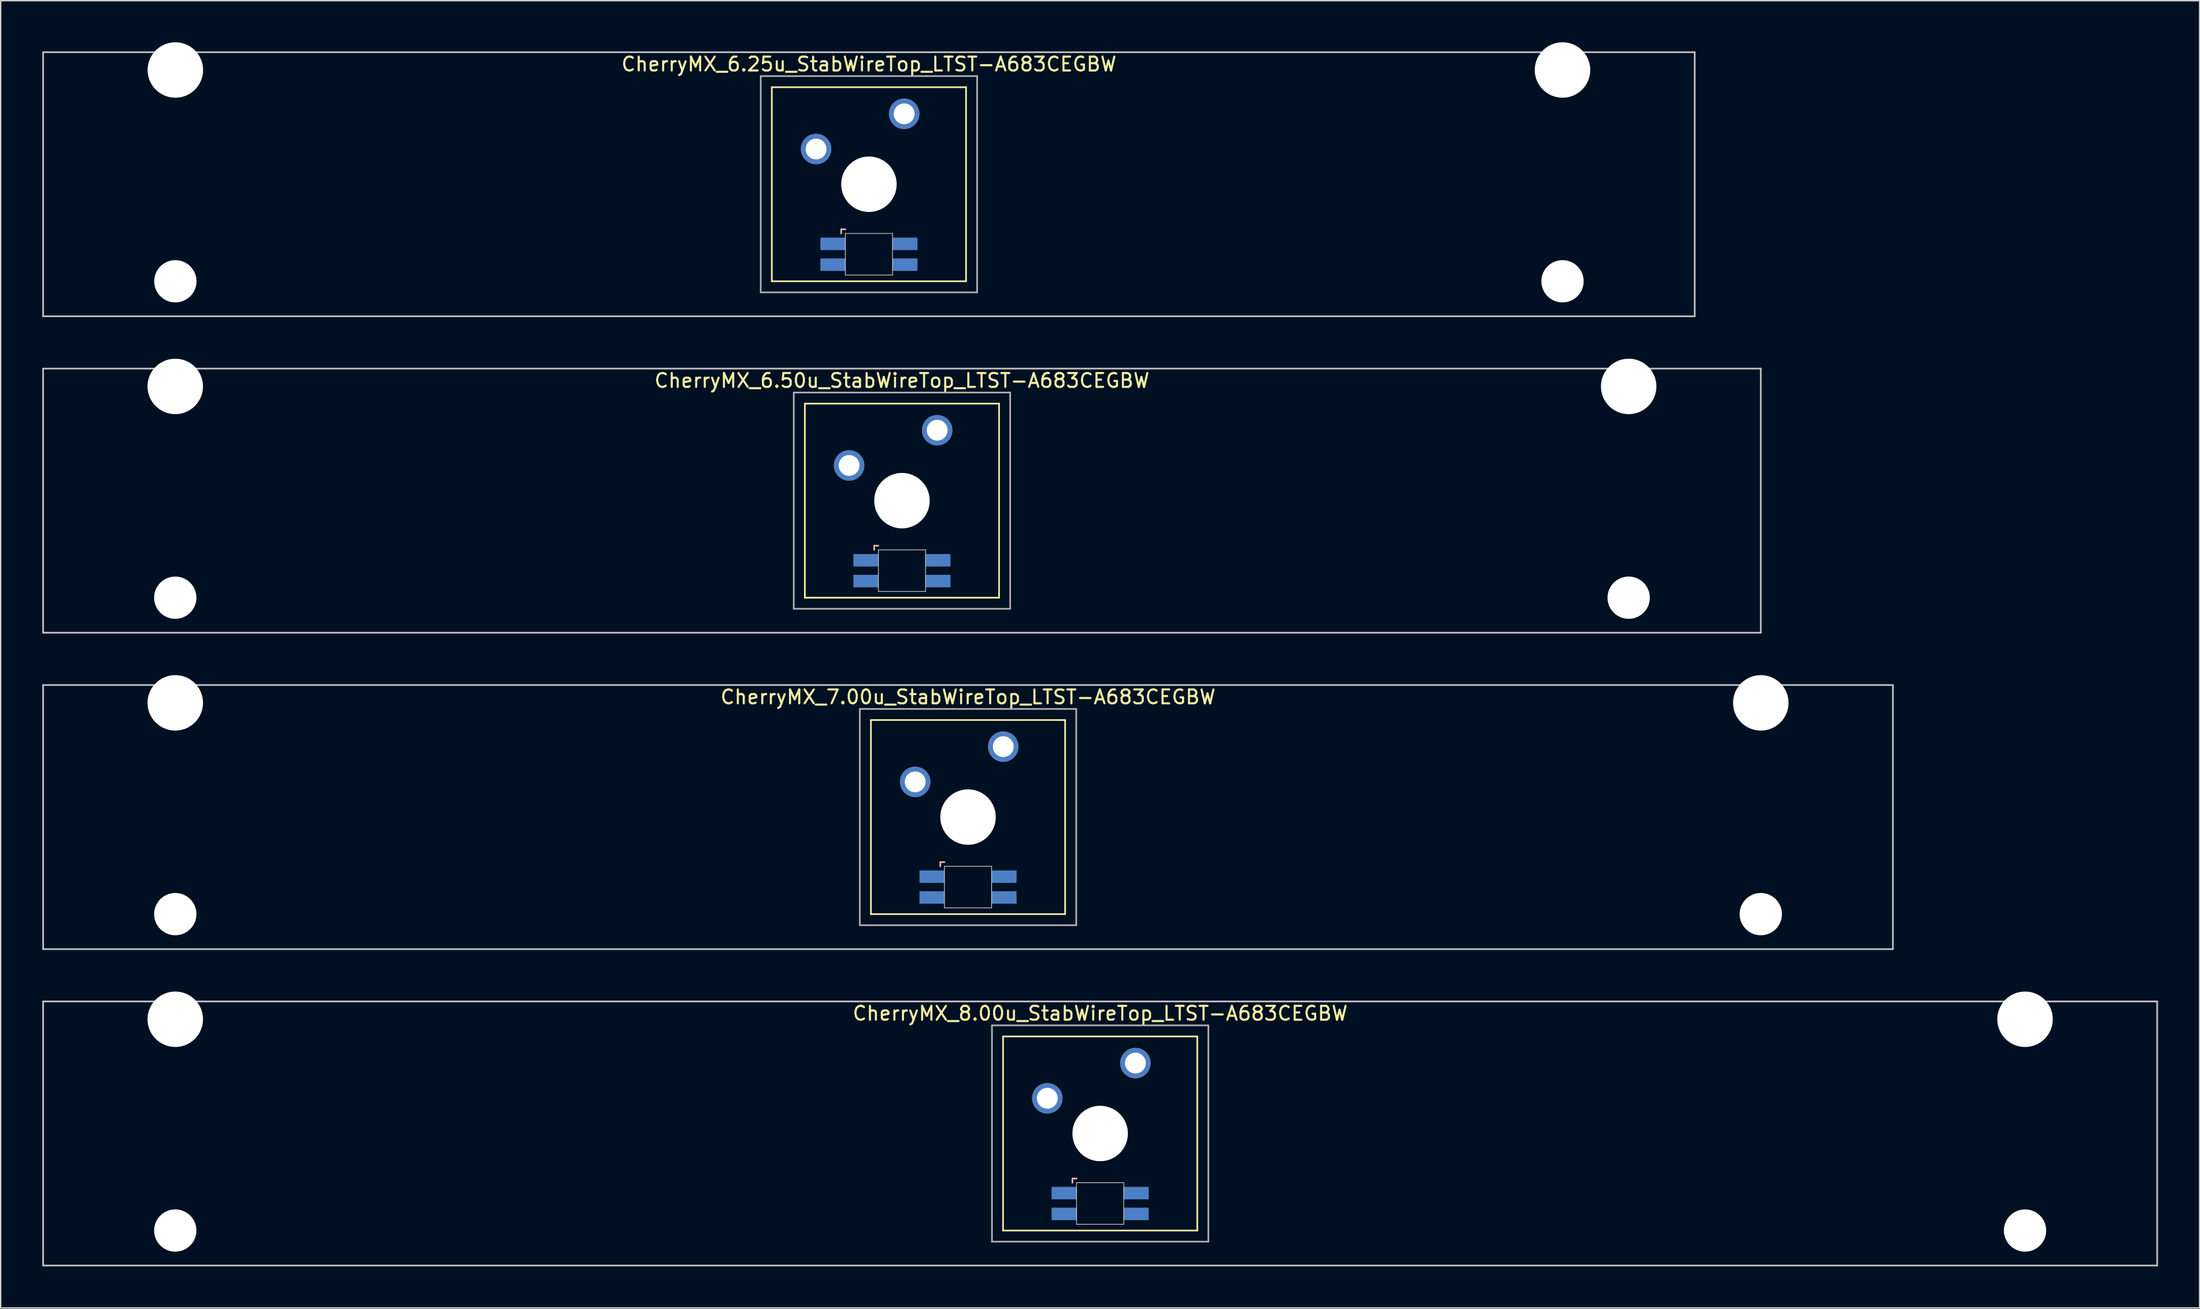
<source format=kicad_pcb>
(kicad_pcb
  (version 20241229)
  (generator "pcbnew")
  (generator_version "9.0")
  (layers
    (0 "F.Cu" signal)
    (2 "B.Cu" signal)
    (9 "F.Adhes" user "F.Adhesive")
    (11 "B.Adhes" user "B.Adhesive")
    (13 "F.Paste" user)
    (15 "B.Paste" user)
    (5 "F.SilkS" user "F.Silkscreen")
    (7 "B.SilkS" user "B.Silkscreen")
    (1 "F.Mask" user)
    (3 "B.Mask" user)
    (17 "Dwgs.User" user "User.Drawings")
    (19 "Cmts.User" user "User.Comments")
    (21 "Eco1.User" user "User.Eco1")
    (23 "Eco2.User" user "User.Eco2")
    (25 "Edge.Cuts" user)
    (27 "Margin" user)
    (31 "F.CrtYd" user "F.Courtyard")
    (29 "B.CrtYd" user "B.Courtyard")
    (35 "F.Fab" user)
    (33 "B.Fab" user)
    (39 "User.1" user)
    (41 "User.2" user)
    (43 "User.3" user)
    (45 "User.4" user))
  (footprint "CherryMX_6.25u_StabWireTop_LTST-A683CEGBW"
    (layer "F.Cu")
    (at 59.591 10.24)
    (property "Reference" "CherryMX_6.25u_StabWireTop_LTST-A683CEGBW" (at 0 -8.662 0) (layer "F.SilkS") (effects (font (size 1 1) (thickness 0.15))))
    (attr through_hole)
    (fp_line (start -7 -7) (end -7 7) (stroke (width 0.12) (type solid)) (layer "F.SilkS"))
    (fp_line (start -7 -7) (end 7 -7) (stroke (width 0.12) (type solid)) (layer "F.SilkS"))
    (fp_line (start 7 -7) (end 7 7) (stroke (width 0.12) (type solid)) (layer "F.SilkS"))
    (fp_line (start 7 7) (end -7 7) (stroke (width 0.12) (type solid)) (layer "F.SilkS"))
    (fp_line (start -2 3.25) (end -2 3.55) (stroke (width 0.12) (type solid)) (layer "B.SilkS"))
    (fp_line (start -1.7 3.25) (end -2 3.25) (stroke (width 0.12) (type solid)) (layer "B.SilkS"))
    (fp_line (start -59.531 -9.525) (end 59.531 -9.525) (stroke (width 0.12) (type solid)) (layer "Dwgs.User"))
    (fp_line (start -59.531 9.525) (end -59.531 -9.525) (stroke (width 0.12) (type solid)) (layer "Dwgs.User"))
    (fp_line (start 59.531 -9.525) (end 59.531 9.525) (stroke (width 0.12) (type solid)) (layer "Dwgs.User"))
    (fp_line (start 59.531 9.525) (end -59.531 9.525) (stroke (width 0.12) (type solid)) (layer "Dwgs.User"))
    (fp_line (start -1.7 3.55) (end 1.7 3.55) (stroke (width 0.05) (type solid)) (layer "Edge.Cuts"))
    (fp_line (start -1.7 6.55) (end -1.7 3.55) (stroke (width 0.05) (type solid)) (layer "Edge.Cuts"))
    (fp_line (start 1.7 3.55) (end 1.7 6.55) (stroke (width 0.05) (type solid)) (layer "Edge.Cuts"))
    (fp_line (start 1.7 6.55) (end -1.7 6.55) (stroke (width 0.05) (type solid)) (layer "Edge.Cuts"))
    (fp_line (start -7.8 -7.8) (end -7.8 7.8) (stroke (width 0.12) (type solid)) (layer "F.Fab"))
    (fp_line (start -7.8 -7.8) (end 7.8 -7.8) (stroke (width 0.12) (type solid)) (layer "F.Fab"))
    (fp_line (start -7.8 7.8) (end 7.8 7.8) (stroke (width 0.12) (type solid)) (layer "F.Fab"))
    (fp_line (start 7.8 -7.8) (end 7.8 7.8) (stroke (width 0.12) (type solid)) (layer "F.Fab"))
    (pad "" np_thru_hole circle (at -50 -8.24) (size 4 4) (drill 4) (layers "*.Cu" "*.Mask"))
    (pad "" np_thru_hole circle (at -50 7) (size 3.05 3.05) (drill 3.05) (layers "*.Cu" "*.Mask"))
    (pad "" np_thru_hole circle (at 0 0) (size 4 4) (drill 4) (layers "*.Cu" "*.Mask"))
    (pad "" np_thru_hole circle (at 50 -8.24) (size 4 4) (drill 4) (layers "*.Cu" "*.Mask"))
    (pad "" np_thru_hole circle (at 50 7) (size 3.05 3.05) (drill 3.05) (layers "*.Cu" "*.Mask"))
    (pad "1" thru_hole circle (at -3.81 -2.54) (size 2.2 2.2) (drill 1.5) (layers "*.Cu" "*.Mask"))
    (pad "2" thru_hole circle (at 2.54 -5.08) (size 2.2 2.2) (drill 1.5) (layers "*.Cu" "*.Mask"))
    (pad "3" smd rect (at -2.6 4.3) (size 1.8 0.9) (layers "B.Cu" "B.Mask" "B.Paste"))
    (pad "4" smd rect (at -2.6 5.8) (size 1.8 0.9) (layers "B.Cu" "B.Mask" "B.Paste"))
    (pad "5" smd rect (at 2.6 4.3) (size 1.8 0.9) (layers "B.Cu" "B.Mask" "B.Paste"))
    (pad "6" smd rect (at 2.6 5.8) (size 1.8 0.9) (layers "B.Cu" "B.Mask" "B.Paste")))
  (footprint "CherryMX_7.00u_StabWireTop_LTST-A683CEGBW"
    (layer "F.Cu")
    (at 66.735 55.89)
    (property "Reference" "CherryMX_7.00u_StabWireTop_LTST-A683CEGBW" (at 0 -8.662 0) (layer "F.SilkS") (effects (font (size 1 1) (thickness 0.15))))
    (attr through_hole)
    (fp_line (start -7 -7) (end -7 7) (stroke (width 0.12) (type solid)) (layer "F.SilkS"))
    (fp_line (start -7 -7) (end 7 -7) (stroke (width 0.12) (type solid)) (layer "F.SilkS"))
    (fp_line (start 7 -7) (end 7 7) (stroke (width 0.12) (type solid)) (layer "F.SilkS"))
    (fp_line (start 7 7) (end -7 7) (stroke (width 0.12) (type solid)) (layer "F.SilkS"))
    (fp_line (start -2 3.25) (end -2 3.55) (stroke (width 0.12) (type solid)) (layer "B.SilkS"))
    (fp_line (start -1.7 3.25) (end -2 3.25) (stroke (width 0.12) (type solid)) (layer "B.SilkS"))
    (fp_line (start -66.675 -9.525) (end 66.675 -9.525) (stroke (width 0.12) (type solid)) (layer "Dwgs.User"))
    (fp_line (start -66.675 9.525) (end -66.675 -9.525) (stroke (width 0.12) (type solid)) (layer "Dwgs.User"))
    (fp_line (start 66.675 -9.525) (end 66.675 9.525) (stroke (width 0.12) (type solid)) (layer "Dwgs.User"))
    (fp_line (start 66.675 9.525) (end -66.675 9.525) (stroke (width 0.12) (type solid)) (layer "Dwgs.User"))
    (fp_line (start -1.7 3.55) (end 1.7 3.55) (stroke (width 0.05) (type solid)) (layer "Edge.Cuts"))
    (fp_line (start -1.7 6.55) (end -1.7 3.55) (stroke (width 0.05) (type solid)) (layer "Edge.Cuts"))
    (fp_line (start 1.7 3.55) (end 1.7 6.55) (stroke (width 0.05) (type solid)) (layer "Edge.Cuts"))
    (fp_line (start 1.7 6.55) (end -1.7 6.55) (stroke (width 0.05) (type solid)) (layer "Edge.Cuts"))
    (fp_line (start -7.8 -7.8) (end -7.8 7.8) (stroke (width 0.12) (type solid)) (layer "F.Fab"))
    (fp_line (start -7.8 -7.8) (end 7.8 -7.8) (stroke (width 0.12) (type solid)) (layer "F.Fab"))
    (fp_line (start -7.8 7.8) (end 7.8 7.8) (stroke (width 0.12) (type solid)) (layer "F.Fab"))
    (fp_line (start 7.8 -7.8) (end 7.8 7.8) (stroke (width 0.12) (type solid)) (layer "F.Fab"))
    (pad "" np_thru_hole circle (at -57.15 -8.24) (size 4 4) (drill 4) (layers "*.Cu" "*.Mask"))
    (pad "" np_thru_hole circle (at -57.15 7) (size 3.05 3.05) (drill 3.05) (layers "*.Cu" "*.Mask"))
    (pad "" np_thru_hole circle (at 0 0) (size 4 4) (drill 4) (layers "*.Cu" "*.Mask"))
    (pad "" np_thru_hole circle (at 57.15 -8.24) (size 4 4) (drill 4) (layers "*.Cu" "*.Mask"))
    (pad "" np_thru_hole circle (at 57.15 7) (size 3.05 3.05) (drill 3.05) (layers "*.Cu" "*.Mask"))
    (pad "1" thru_hole circle (at -3.81 -2.54) (size 2.2 2.2) (drill 1.5) (layers "*.Cu" "*.Mask"))
    (pad "2" thru_hole circle (at 2.54 -5.08) (size 2.2 2.2) (drill 1.5) (layers "*.Cu" "*.Mask"))
    (pad "3" smd rect (at -2.6 4.3) (size 1.8 0.9) (layers "B.Cu" "B.Mask" "B.Paste"))
    (pad "4" smd rect (at -2.6 5.8) (size 1.8 0.9) (layers "B.Cu" "B.Mask" "B.Paste"))
    (pad "5" smd rect (at 2.6 4.3) (size 1.8 0.9) (layers "B.Cu" "B.Mask" "B.Paste"))
    (pad "6" smd rect (at 2.6 5.8) (size 1.8 0.9) (layers "B.Cu" "B.Mask" "B.Paste")))
  (footprint "CherryMX_6.50u_StabWireTop_LTST-A683CEGBW"
    (layer "F.Cu")
    (at 61.972 33.065)
    (property "Reference" "CherryMX_6.50u_StabWireTop_LTST-A683CEGBW" (at 0 -8.662 0) (layer "F.SilkS") (effects (font (size 1 1) (thickness 0.15))))
    (attr through_hole)
    (fp_line (start -7 -7) (end -7 7) (stroke (width 0.12) (type solid)) (layer "F.SilkS"))
    (fp_line (start -7 -7) (end 7 -7) (stroke (width 0.12) (type solid)) (layer "F.SilkS"))
    (fp_line (start 7 -7) (end 7 7) (stroke (width 0.12) (type solid)) (layer "F.SilkS"))
    (fp_line (start 7 7) (end -7 7) (stroke (width 0.12) (type solid)) (layer "F.SilkS"))
    (fp_line (start -2 3.25) (end -2 3.55) (stroke (width 0.12) (type solid)) (layer "B.SilkS"))
    (fp_line (start -1.7 3.25) (end -2 3.25) (stroke (width 0.12) (type solid)) (layer "B.SilkS"))
    (fp_line (start -61.913 -9.525) (end 61.913 -9.525) (stroke (width 0.12) (type solid)) (layer "Dwgs.User"))
    (fp_line (start -61.913 9.525) (end -61.913 -9.525) (stroke (width 0.12) (type solid)) (layer "Dwgs.User"))
    (fp_line (start 61.913 -9.525) (end 61.913 9.525) (stroke (width 0.12) (type solid)) (layer "Dwgs.User"))
    (fp_line (start 61.913 9.525) (end -61.913 9.525) (stroke (width 0.12) (type solid)) (layer "Dwgs.User"))
    (fp_line (start -1.7 3.55) (end 1.7 3.55) (stroke (width 0.05) (type solid)) (layer "Edge.Cuts"))
    (fp_line (start -1.7 6.55) (end -1.7 3.55) (stroke (width 0.05) (type solid)) (layer "Edge.Cuts"))
    (fp_line (start 1.7 3.55) (end 1.7 6.55) (stroke (width 0.05) (type solid)) (layer "Edge.Cuts"))
    (fp_line (start 1.7 6.55) (end -1.7 6.55) (stroke (width 0.05) (type solid)) (layer "Edge.Cuts"))
    (fp_line (start -7.8 -7.8) (end -7.8 7.8) (stroke (width 0.12) (type solid)) (layer "F.Fab"))
    (fp_line (start -7.8 -7.8) (end 7.8 -7.8) (stroke (width 0.12) (type solid)) (layer "F.Fab"))
    (fp_line (start -7.8 7.8) (end 7.8 7.8) (stroke (width 0.12) (type solid)) (layer "F.Fab"))
    (fp_line (start 7.8 -7.8) (end 7.8 7.8) (stroke (width 0.12) (type solid)) (layer "F.Fab"))
    (pad "" np_thru_hole circle (at -52.388 -8.24) (size 4 4) (drill 4) (layers "*.Cu" "*.Mask"))
    (pad "" np_thru_hole circle (at -52.388 7) (size 3.05 3.05) (drill 3.05) (layers "*.Cu" "*.Mask"))
    (pad "" np_thru_hole circle (at 0 0) (size 4 4) (drill 4) (layers "*.Cu" "*.Mask"))
    (pad "" np_thru_hole circle (at 52.388 -8.24) (size 4 4) (drill 4) (layers "*.Cu" "*.Mask"))
    (pad "" np_thru_hole circle (at 52.388 7) (size 3.05 3.05) (drill 3.05) (layers "*.Cu" "*.Mask"))
    (pad "1" thru_hole circle (at -3.81 -2.54) (size 2.2 2.2) (drill 1.5) (layers "*.Cu" "*.Mask"))
    (pad "2" thru_hole circle (at 2.54 -5.08) (size 2.2 2.2) (drill 1.5) (layers "*.Cu" "*.Mask"))
    (pad "3" smd rect (at -2.6 4.3) (size 1.8 0.9) (layers "B.Cu" "B.Mask" "B.Paste"))
    (pad "4" smd rect (at -2.6 5.8) (size 1.8 0.9) (layers "B.Cu" "B.Mask" "B.Paste"))
    (pad "5" smd rect (at 2.6 4.3) (size 1.8 0.9) (layers "B.Cu" "B.Mask" "B.Paste"))
    (pad "6" smd rect (at 2.6 5.8) (size 1.8 0.9) (layers "B.Cu" "B.Mask" "B.Paste")))
  (footprint "CherryMX_8.00u_StabWireTop_LTST-A683CEGBW"
    (layer "F.Cu")
    (at 76.26 78.715)
    (property "Reference" "CherryMX_8.00u_StabWireTop_LTST-A683CEGBW" (at 0 -8.662 0) (layer "F.SilkS") (effects (font (size 1 1) (thickness 0.15))))
    (attr through_hole)
    (fp_line (start -7 -7) (end -7 7) (stroke (width 0.12) (type solid)) (layer "F.SilkS"))
    (fp_line (start -7 -7) (end 7 -7) (stroke (width 0.12) (type solid)) (layer "F.SilkS"))
    (fp_line (start 7 -7) (end 7 7) (stroke (width 0.12) (type solid)) (layer "F.SilkS"))
    (fp_line (start 7 7) (end -7 7) (stroke (width 0.12) (type solid)) (layer "F.SilkS"))
    (fp_line (start -2 3.25) (end -2 3.55) (stroke (width 0.12) (type solid)) (layer "B.SilkS"))
    (fp_line (start -1.7 3.25) (end -2 3.25) (stroke (width 0.12) (type solid)) (layer "B.SilkS"))
    (fp_line (start -76.2 -9.525) (end 76.2 -9.525) (stroke (width 0.12) (type solid)) (layer "Dwgs.User"))
    (fp_line (start -76.2 9.525) (end -76.2 -9.525) (stroke (width 0.12) (type solid)) (layer "Dwgs.User"))
    (fp_line (start 76.2 -9.525) (end 76.2 9.525) (stroke (width 0.12) (type solid)) (layer "Dwgs.User"))
    (fp_line (start 76.2 9.525) (end -76.2 9.525) (stroke (width 0.12) (type solid)) (layer "Dwgs.User"))
    (fp_line (start -1.7 3.55) (end 1.7 3.55) (stroke (width 0.05) (type solid)) (layer "Edge.Cuts"))
    (fp_line (start -1.7 6.55) (end -1.7 3.55) (stroke (width 0.05) (type solid)) (layer "Edge.Cuts"))
    (fp_line (start 1.7 3.55) (end 1.7 6.55) (stroke (width 0.05) (type solid)) (layer "Edge.Cuts"))
    (fp_line (start 1.7 6.55) (end -1.7 6.55) (stroke (width 0.05) (type solid)) (layer "Edge.Cuts"))
    (fp_line (start -7.8 -7.8) (end -7.8 7.8) (stroke (width 0.12) (type solid)) (layer "F.Fab"))
    (fp_line (start -7.8 -7.8) (end 7.8 -7.8) (stroke (width 0.12) (type solid)) (layer "F.Fab"))
    (fp_line (start -7.8 7.8) (end 7.8 7.8) (stroke (width 0.12) (type solid)) (layer "F.Fab"))
    (fp_line (start 7.8 -7.8) (end 7.8 7.8) (stroke (width 0.12) (type solid)) (layer "F.Fab"))
    (pad "" np_thru_hole circle (at -66.675 -8.24) (size 4 4) (drill 4) (layers "*.Cu" "*.Mask"))
    (pad "" np_thru_hole circle (at -66.675 7) (size 3.05 3.05) (drill 3.05) (layers "*.Cu" "*.Mask"))
    (pad "" np_thru_hole circle (at 0 0) (size 4 4) (drill 4) (layers "*.Cu" "*.Mask"))
    (pad "" np_thru_hole circle (at 66.675 -8.24) (size 4 4) (drill 4) (layers "*.Cu" "*.Mask"))
    (pad "" np_thru_hole circle (at 66.675 7) (size 3.05 3.05) (drill 3.05) (layers "*.Cu" "*.Mask"))
    (pad "1" thru_hole circle (at -3.81 -2.54) (size 2.2 2.2) (drill 1.5) (layers "*.Cu" "*.Mask"))
    (pad "2" thru_hole circle (at 2.54 -5.08) (size 2.2 2.2) (drill 1.5) (layers "*.Cu" "*.Mask"))
    (pad "3" smd rect (at -2.6 4.3) (size 1.8 0.9) (layers "B.Cu" "B.Mask" "B.Paste"))
    (pad "4" smd rect (at -2.6 5.8) (size 1.8 0.9) (layers "B.Cu" "B.Mask" "B.Paste"))
    (pad "5" smd rect (at 2.6 4.3) (size 1.8 0.9) (layers "B.Cu" "B.Mask" "B.Paste"))
    (pad "6" smd rect (at 2.6 5.8) (size 1.8 0.9) (layers "B.Cu" "B.Mask" "B.Paste")))
  (gr_rect
    (start -3 -3)
    (end 155.52 91.3)
    (stroke (width 0.1) (type default))
    (fill no)
    (layer "Edge.Cuts")))
</source>
